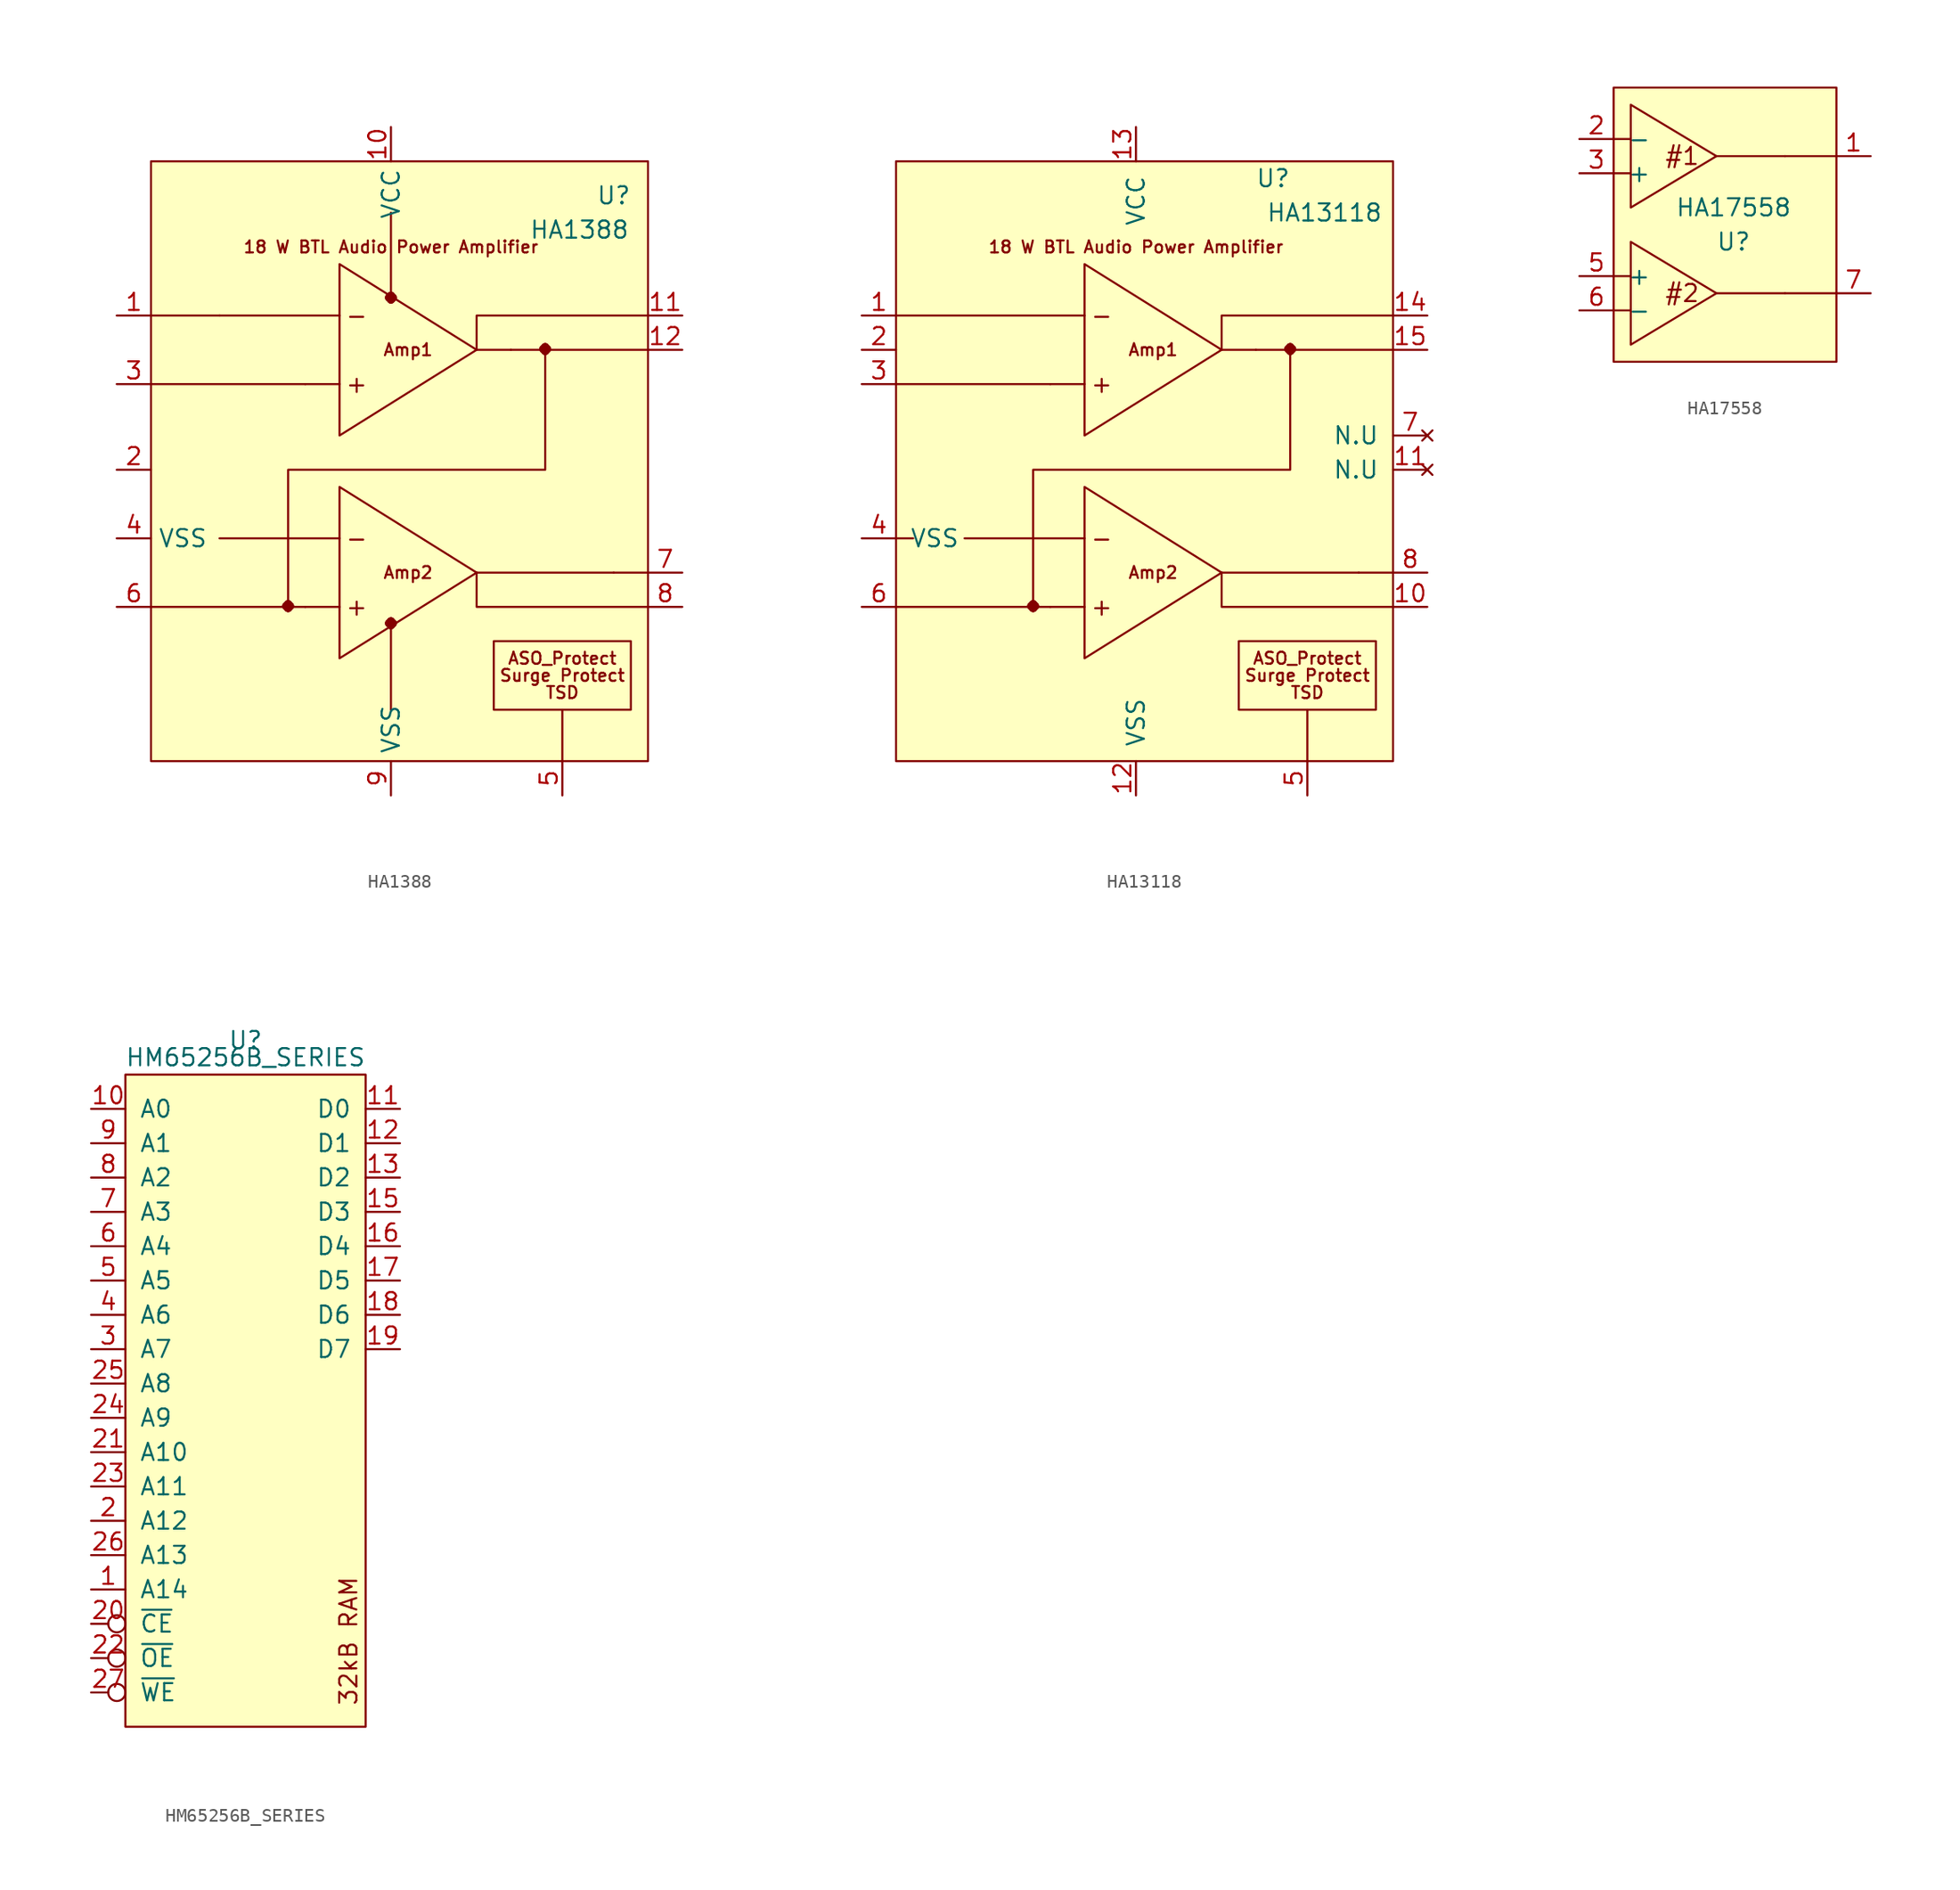
<source format=kicad_sym>
(kicad_symbol_lib
  (version 20220914)
  (generator kicad_symbol_editor)
  (symbol "HA1388"
    (property "Reference" "U"
      (at 16.51 20.32 0)
      (effects (font (size 1.27 1.27))))
    (property "Value" "HA1388"
      (at 13.97 17.78 0)
      (effects (font (size 1.27 1.27))))
    (symbol "HA1388_0_0"
      (rectangle (start -17.78 22.86) (end 19.05 -21.59) (stroke (width 0) (type default)) (fill (type background)))
      (polyline (pts (xy -3.81 -5.08) (xy -12.7 -5.08)) (stroke (width 0) (type default)) (fill (type none)))
      (polyline (pts (xy 6.35 -7.62) (xy 19.05 -7.62)) (stroke (width 0) (type default)) (fill (type none)))
      (polyline (pts (xy 8.89 8.89) (xy 19.05 8.89)) (stroke (width 0) (type default)) (fill (type none)))
      (polyline (pts (xy 6.35 -7.62) (xy 6.35 -10.16) (xy 19.05 -10.16)) (stroke (width 0) (type default)) (fill (type none)))
      (polyline (pts (xy 19.05 11.43) (xy 6.35 11.43) (xy 6.35 8.89)) (stroke (width 0) (type default)) (fill (type none)))
      (rectangle (start 7.62 -17.78) (end 17.78 -12.7) (stroke (width 0) (type default)) (fill (type none)))
      (rectangle (start 16.51 -7.62) (end 16.51 -7.62) (stroke (width 0) (type default)) (fill (type none)))
      (text "." (at -7.62 -8.89 0) (effects (font (size 2.997 2.997) bold)))
      (text "." (at 0 -10.16 0) (effects (font (size 2.997 2.997) bold)))
      (text "18 W BTL Audio Power Amplifier" (at 0 16.51 0) (effects (font (size 0.889 0.889))))
      (text "Amp1" (at 1.27 8.89 0) (effects (font (size 0.889 0.889))))
      (text "Amp2" (at 1.27 -7.62 0) (effects (font (size 0.889 0.889))))
      (text "ASO_Protect" (at 12.7 -13.97 0) (effects (font (size 0.889 0.889))))
      (text "Surge Protect" (at 12.7 -15.24 0) (effects (font (size 0.889 0.889))))
      (text "TSD" (at 12.7 -16.51 0) (effects (font (size 0.889 0.889)))))
    (symbol "HA1388_0_1"
      (polyline (pts (xy -17.78 -10.16) (xy -6.35 -10.16)) (stroke (width 0) (type default)) (fill (type none)))
      (polyline (pts (xy -17.78 6.35) (xy -6.35 6.35)) (stroke (width 0) (type default)) (fill (type none)))
      (polyline (pts (xy -12.7 11.43) (xy -17.78 11.43)) (stroke (width 0.152) (type default)) (fill (type none)))
      (polyline (pts (xy -3.81 11.43) (xy -12.7 11.43)) (stroke (width 0.152) (type default)) (fill (type none)))
      (polyline (pts (xy 0 -11.43) (xy 0 -17.78)) (stroke (width 0.152) (type default)) (fill (type none)))
      (polyline (pts (xy 0 19.05) (xy 0 12.7)) (stroke (width 0.152) (type default)) (fill (type none)))
      (polyline (pts (xy 8.89 8.89) (xy 6.35 8.89)) (stroke (width 0) (type default)) (fill (type none)))
      (polyline (pts (xy 12.7 -17.78) (xy 12.7 -21.59)) (stroke (width 0) (type default)) (fill (type none)))
      (polyline (pts (xy -7.62 -10.16) (xy -7.62 0) (xy 11.43 0) (xy 11.43 8.89)) (stroke (width 0) (type default)) (fill (type none))))
    (symbol "HA1388_1_1"
      (polyline (pts (xy -3.81 -10.16) (xy -6.35 -10.16)) (stroke (width 0) (type default)) (fill (type none)))
      (polyline (pts (xy -3.81 6.35) (xy -6.35 6.35)) (stroke (width 0) (type default)) (fill (type none)))
      (polyline (pts (xy 6.35 -7.62) (xy -3.81 -1.27) (xy -3.81 -13.97) (xy 6.35 -7.62)) (stroke (width 0) (type default)) (fill (type none)))
      (polyline (pts (xy 6.35 8.89) (xy -3.81 15.24) (xy -3.81 2.54) (xy 6.35 8.89)) (stroke (width 0) (type default)) (fill (type none)))
      (text "+" (at -2.54 -10.16 0) (effects (font (size 1.27 1.27))))
      (text "+" (at -2.54 6.35 0) (effects (font (size 1.27 1.27))))
      (text "-" (at -2.54 -5.08 0) (effects (font (size 1.27 1.27))))
      (text "-" (at -2.54 11.43 0) (effects (font (size 1.27 1.27))))
      (text "." (at 0 13.97 0) (effects (font (size 2.997 2.997) bold)))
      (text "." (at 11.43 10.16 0) (effects (font (size 2.997 2.997) bold)))
      (pin input line (at -20.32 11.43 0) (length 2.54) (name "" (effects (font (size 1.27 1.27)))) (number "1" (effects (font (size 1.27 1.27)))))
      (pin power_in line (at 0 25.4 270) (length 2.54) (name "VCC" (effects (font (size 1.27 1.27)))) (number "10" (effects (font (size 1.27 1.27)))))
      (pin output line (at 21.59 11.43 180) (length 2.54) (name "~" (effects (font (size 1.27 1.27)))) (number "11" (effects (font (size 1.27 1.27)))))
      (pin output line (at 21.59 8.89 180) (length 2.54) (name "~" (effects (font (size 1.27 1.27)))) (number "12" (effects (font (size 1.27 1.27)))))
      (pin input line (at -20.32 0 0) (length 2.54) (name "~" (effects (font (size 1.27 1.27)))) (number "2" (effects (font (size 1.27 1.27)))))
      (pin input line (at -20.32 6.35 0) (length 2.54) (name "~" (effects (font (size 1.27 1.27)))) (number "3" (effects (font (size 1.27 1.27)))))
      (pin power_in line (at -20.32 -5.08 0) (length 2.54) (name "VSS" (effects (font (size 1.27 1.27)))) (number "4" (effects (font (size 1.27 1.27)))))
      (pin input line (at 12.7 -24.13 90) (length 2.54) (name "~" (effects (font (size 1.27 1.27)))) (number "5" (effects (font (size 1.27 1.27)))))
      (pin input line (at -20.32 -10.16 0) (length 2.54) (name "~" (effects (font (size 1.27 1.27)))) (number "6" (effects (font (size 1.27 1.27)))))
      (pin output line (at 21.59 -7.62 180) (length 2.54) (name "~" (effects (font (size 1.27 1.27)))) (number "7" (effects (font (size 1.27 1.27)))))
      (pin output line (at 21.59 -10.16 180) (length 2.54) (name "~" (effects (font (size 1.27 1.27)))) (number "8" (effects (font (size 1.27 1.27)))))
      (pin power_in line (at 0 -24.13 90) (length 2.54) (name "VSS" (effects (font (size 1.27 1.27)))) (number "9" (effects (font (size 1.27 1.27)))))))
  (symbol "HA13118"
    (pin_names
      (offset 1.016))
    (property "Reference" "U"
      (at 10.16 20.32 0)
      (effects (font (size 1.27 1.27))))
    (property "Value" "HA13118"
      (at 13.97 17.78 0)
      (effects (font (size 1.27 1.27))))
    (symbol "HA13118_0_0"
      (rectangle (start -17.78 21.59) (end 19.05 -22.86) (stroke (width 0) (type default)) (fill (type background)))
      (polyline (pts (xy -16.51 -6.35) (xy -17.78 -6.35)) (stroke (width 0) (type default)) (fill (type none)))
      (polyline (pts (xy -3.81 -6.35) (xy -12.7 -6.35)) (stroke (width 0) (type default)) (fill (type none)))
      (polyline (pts (xy 6.35 -8.89) (xy 19.05 -8.89)) (stroke (width 0) (type default)) (fill (type none)))
      (polyline (pts (xy 8.89 7.62) (xy 19.05 7.62)) (stroke (width 0) (type default)) (fill (type none)))
      (polyline (pts (xy 6.35 -8.89) (xy 6.35 -11.43) (xy 19.05 -11.43)) (stroke (width 0) (type default)) (fill (type none)))
      (polyline (pts (xy 19.05 10.16) (xy 6.35 10.16) (xy 6.35 7.62)) (stroke (width 0) (type default)) (fill (type none)))
      (rectangle (start 7.62 -19.05) (end 17.78 -13.97) (stroke (width 0) (type default)) (fill (type none)))
      (rectangle (start 16.51 -8.89) (end 16.51 -8.89) (stroke (width 0) (type default)) (fill (type none)))
      (text "." (at -7.62 -10.16 0) (effects (font (size 2.997 2.997) bold)))
      (text "18 W BTL Audio Power Amplifier" (at 0 15.24 0) (effects (font (size 0.889 0.889))))
      (text "Amp1" (at 1.27 7.62 0) (effects (font (size 0.889 0.889))))
      (text "Amp2" (at 1.27 -8.89 0) (effects (font (size 0.889 0.889))))
      (text "ASO_Protect" (at 12.7 -15.24 0) (effects (font (size 0.889 0.889))))
      (text "Surge Protect" (at 12.7 -16.51 0) (effects (font (size 0.889 0.889))))
      (text "TSD" (at 12.7 -17.78 0) (effects (font (size 0.889 0.889)))))
    (symbol "HA13118_0_1"
      (polyline (pts (xy -17.78 -11.43) (xy -6.35 -11.43)) (stroke (width 0) (type default)) (fill (type none)))
      (polyline (pts (xy -17.78 5.08) (xy -6.35 5.08)) (stroke (width 0) (type default)) (fill (type none)))
      (polyline (pts (xy 8.89 7.62) (xy 6.35 7.62)) (stroke (width 0) (type default)) (fill (type none)))
      (polyline (pts (xy 12.7 -19.05) (xy 12.7 -22.86)) (stroke (width 0) (type default)) (fill (type none)))
      (polyline (pts (xy -7.62 -11.43) (xy -7.62 -1.27) (xy 11.43 -1.27) (xy 11.43 7.62)) (stroke (width 0) (type default)) (fill (type none))))
    (symbol "HA13118_1_1"
      (polyline (pts (xy -3.81 -11.43) (xy -6.35 -11.43)) (stroke (width 0) (type default)) (fill (type none)))
      (polyline (pts (xy -3.81 5.08) (xy -6.35 5.08)) (stroke (width 0) (type default)) (fill (type none)))
      (polyline (pts (xy -3.81 10.16) (xy -7.62 10.16) (xy -17.78 10.16)) (stroke (width 0) (type default)) (fill (type none)))
      (polyline (pts (xy 6.35 -8.89) (xy -3.81 -2.54) (xy -3.81 -15.24) (xy 6.35 -8.89)) (stroke (width 0) (type default)) (fill (type none)))
      (polyline (pts (xy 6.35 7.62) (xy -3.81 13.97) (xy -3.81 1.27) (xy 6.35 7.62)) (stroke (width 0) (type default)) (fill (type none)))
      (text "+" (at -2.54 -11.43 0) (effects (font (size 1.27 1.27))))
      (text "+" (at -2.54 5.08 0) (effects (font (size 1.27 1.27))))
      (text "-" (at -2.54 -6.35 0) (effects (font (size 1.27 1.27))))
      (text "-" (at -2.54 10.16 0) (effects (font (size 1.27 1.27))))
      (text "." (at 11.43 8.89 0) (effects (font (size 2.997 2.997) bold)))
      (pin input line (at -20.32 10.16 0) (length 2.54) (name "~" (effects (font (size 1.27 1.27)))) (number "1" (effects (font (size 1.27 1.27)))))
      (pin output line (at 21.59 -11.43 180) (length 2.54) (name "~" (effects (font (size 1.27 1.27)))) (number "10" (effects (font (size 1.27 1.27)))))
      (pin no_connect line (at 21.59 -1.27 180) (length 2.54) (name "N.U" (effects (font (size 1.27 1.27)))) (number "11" (effects (font (size 1.27 1.27)))))
      (pin power_in line (at 0 -25.4 90) (length 2.54) (name "VSS" (effects (font (size 1.27 1.27)))) (number "12" (effects (font (size 1.27 1.27)))))
      (pin power_in line (at 0 24.13 270) (length 2.54) (name "VCC" (effects (font (size 1.27 1.27)))) (number "13" (effects (font (size 1.27 1.27)))))
      (pin output line (at 21.59 10.16 180) (length 2.54) (name "~" (effects (font (size 1.27 1.27)))) (number "14" (effects (font (size 1.27 1.27)))))
      (pin output line (at 21.59 7.62 180) (length 2.54) (name "~" (effects (font (size 1.27 1.27)))) (number "15" (effects (font (size 1.27 1.27)))))
      (pin input line (at -20.32 7.62 0) (length 2.54) (name "~" (effects (font (size 1.27 1.27)))) (number "2" (effects (font (size 1.27 1.27)))))
      (pin input line (at -20.32 5.08 0) (length 2.54) (name "~" (effects (font (size 1.27 1.27)))) (number "3" (effects (font (size 1.27 1.27)))))
      (pin power_in line (at -20.32 -6.35 0) (length 2.54) (name "VSS" (effects (font (size 1.27 1.27)))) (number "4" (effects (font (size 1.27 1.27)))))
      (pin input line (at 12.7 -25.4 90) (length 2.54) (name "~" (effects (font (size 1.27 1.27)))) (number "5" (effects (font (size 1.27 1.27)))))
      (pin input line (at -20.32 -11.43 0) (length 2.54) (name "~" (effects (font (size 1.27 1.27)))) (number "6" (effects (font (size 1.27 1.27)))))
      (pin no_connect line (at 21.59 1.27 180) (length 2.54) (name "N.U" (effects (font (size 1.27 1.27)))) (number "7" (effects (font (size 1.27 1.27)))))
      (pin output line (at 21.59 -8.89 180) (length 2.54) (name "~" (effects (font (size 1.27 1.27)))) (number "8" (effects (font (size 1.27 1.27)))))))
  (symbol "HA17558"
    (pin_names
      (offset 1.016))
    (property "Reference" "U"
      (at 0 -1.27 0)
      (effects (font (size 1.27 1.27))))
    (property "Value" "HA17558"
      (at 0 1.27 0)
      (effects (font (size 1.27 1.27))))
    (symbol "HA17558_0_0"
      (rectangle (start -8.89 10.16) (end 7.62 -10.16) (stroke (width 0) (type default)) (fill (type background)))
      (polyline (pts (xy -8.89 -6.35) (xy -7.62 -6.35)) (stroke (width 0) (type default)) (fill (type none)))
      (polyline (pts (xy -8.89 -3.81) (xy -7.62 -3.81)) (stroke (width 0) (type default)) (fill (type none)))
      (polyline (pts (xy -8.89 3.81) (xy -7.62 3.81)) (stroke (width 0) (type default)) (fill (type none)))
      (polyline (pts (xy -8.89 6.35) (xy -7.62 6.35)) (stroke (width 0) (type default)) (fill (type none)))
      (polyline (pts (xy -1.27 -5.08) (xy 3.81 -5.08)) (stroke (width 0) (type default)) (fill (type none)))
      (polyline (pts (xy -1.27 5.08) (xy 3.81 5.08)) (stroke (width 0) (type default)) (fill (type none)))
      (text "#1" (at -3.81 5.08 0) (effects (font (size 1.27 1.27))))
      (text "#2" (at -3.81 -5.08 0) (effects (font (size 1.27 1.27)))))
    (symbol "HA17558_0_1"
      (polyline (pts (xy -8.89 -3.81) (xy -8.89 -3.81)) (stroke (width 0) (type default)) (fill (type none)))
      (polyline (pts (xy -8.89 -3.81) (xy -8.89 -3.81)) (stroke (width 0) (type default)) (fill (type none)))
      (polyline (pts (xy 7.62 -5.08) (xy 3.81 -5.08)) (stroke (width 0) (type default)) (fill (type none)))
      (polyline (pts (xy 7.62 5.08) (xy 3.81 5.08)) (stroke (width 0) (type default)) (fill (type none)))
      (polyline (pts (xy -1.27 -5.08) (xy -7.62 -1.27) (xy -7.62 -8.89) (xy -1.27 -5.08)) (stroke (width 0) (type default)) (fill (type none)))
      (polyline (pts (xy -1.27 5.08) (xy -7.62 8.89) (xy -7.62 1.27) (xy -1.27 5.08)) (stroke (width 0) (type default)) (fill (type none))))
    (symbol "HA17558_1_1"
      (pin output line (at 10.16 5.08 180) (length 2.54) (name "~" (effects (font (size 1.27 1.27)))) (number "1" (effects (font (size 1.27 1.27)))))
      (pin input line (at -11.43 6.35 0) (length 2.54) (name "-" (effects (font (size 1.27 1.27)))) (number "2" (effects (font (size 1.27 1.27)))))
      (pin input line (at -11.43 3.81 0) (length 2.54) (name "+" (effects (font (size 1.27 1.27)))) (number "3" (effects (font (size 1.27 1.27)))))
      (pin power_in line (at 0 -10.16 90) (length 2.54) hide (name "VSS" (effects (font (size 1.27 1.27)))) (number "4" (effects (font (size 1.27 1.27)))))
      (pin input line (at -11.43 -3.81 0) (length 2.54) (name "+" (effects (font (size 1.27 1.27)))) (number "5" (effects (font (size 1.27 1.27)))))
      (pin input line (at -11.43 -6.35 0) (length 2.54) (name "-" (effects (font (size 1.27 1.27)))) (number "6" (effects (font (size 1.27 1.27)))))
      (pin output line (at 10.16 -5.08 180) (length 2.54) (name "~" (effects (font (size 1.27 1.27)))) (number "7" (effects (font (size 1.27 1.27)))))
      (pin power_in line (at 0 10.16 270) (length 2.54) hide (name "VCC" (effects (font (size 1.27 1.27)))) (number "8" (effects (font (size 1.27 1.27)))))))
  (symbol "HM65256B_SERIES"
    (pin_names
      (offset 1.016))
    (property "Reference" "U"
      (at 0 26.67 0)
      (effects (font (size 1.27 1.27))))
    (property "Value" "HM65256B_SERIES"
      (at 0 25.4 0)
      (effects (font (size 1.27 1.27))))
    (symbol "HM65256B_SERIES_0_0"
      (text "32kB RAM" (at 7.62 -17.78 900) (effects (font (size 1.27 1.27)))))
    (symbol "HM65256B_SERIES_1_1"
      (rectangle (start -8.89 24.13) (end 8.89 -24.13) (stroke (width 0) (type default)) (fill (type background)))
      (pin input line (at -11.43 -13.97 0) (length 2.54) (name "A14" (effects (font (size 1.27 1.27)))) (number "1" (effects (font (size 1.27 1.27)))))
      (pin input line (at -11.43 21.59 0) (length 2.54) (name "A0" (effects (font (size 1.27 1.27)))) (number "10" (effects (font (size 1.27 1.27)))))
      (pin bidirectional line (at 11.43 21.59 180) (length 2.54) (name "D0" (effects (font (size 1.27 1.27)))) (number "11" (effects (font (size 1.27 1.27)))))
      (pin bidirectional line (at 11.43 19.05 180) (length 2.54) (name "D1" (effects (font (size 1.27 1.27)))) (number "12" (effects (font (size 1.27 1.27)))))
      (pin bidirectional line (at 11.43 16.51 180) (length 2.54) (name "D2" (effects (font (size 1.27 1.27)))) (number "13" (effects (font (size 1.27 1.27)))))
      (pin power_in line (at 0 -24.13 90) (length 2.54) hide (name "VSS" (effects (font (size 1.27 1.27)))) (number "14" (effects (font (size 1.27 1.27)))))
      (pin bidirectional line (at 11.43 13.97 180) (length 2.54) (name "D3" (effects (font (size 1.27 1.27)))) (number "15" (effects (font (size 1.27 1.27)))))
      (pin bidirectional line (at 11.43 11.43 180) (length 2.54) (name "D4" (effects (font (size 1.27 1.27)))) (number "16" (effects (font (size 1.27 1.27)))))
      (pin bidirectional line (at 11.43 8.89 180) (length 2.54) (name "D5" (effects (font (size 1.27 1.27)))) (number "17" (effects (font (size 1.27 1.27)))))
      (pin bidirectional line (at 11.43 6.35 180) (length 2.54) (name "D6" (effects (font (size 1.27 1.27)))) (number "18" (effects (font (size 1.27 1.27)))))
      (pin bidirectional line (at 11.43 3.81 180) (length 2.54) (name "D7" (effects (font (size 1.27 1.27)))) (number "19" (effects (font (size 1.27 1.27)))))
      (pin input line (at -11.43 -8.89 0) (length 2.54) (name "A12" (effects (font (size 1.27 1.27)))) (number "2" (effects (font (size 1.27 1.27)))))
      (pin input inverted (at -11.43 -16.51 0) (length 2.54) (name "~{CE}" (effects (font (size 1.27 1.27)))) (number "20" (effects (font (size 1.27 1.27)))))
      (pin input line (at -11.43 -3.81 0) (length 2.54) (name "A10" (effects (font (size 1.27 1.27)))) (number "21" (effects (font (size 1.27 1.27)))))
      (pin input inverted (at -11.43 -19.05 0) (length 2.54) (name "~{OE}" (effects (font (size 1.27 1.27)))) (number "22" (effects (font (size 1.27 1.27)))))
      (pin input line (at -11.43 -6.35 0) (length 2.54) (name "A11" (effects (font (size 1.27 1.27)))) (number "23" (effects (font (size 1.27 1.27)))))
      (pin input line (at -11.43 -1.27 0) (length 2.54) (name "A9" (effects (font (size 1.27 1.27)))) (number "24" (effects (font (size 1.27 1.27)))))
      (pin input line (at -11.43 1.27 0) (length 2.54) (name "A8" (effects (font (size 1.27 1.27)))) (number "25" (effects (font (size 1.27 1.27)))))
      (pin input line (at -11.43 -11.43 0) (length 2.54) (name "A13" (effects (font (size 1.27 1.27)))) (number "26" (effects (font (size 1.27 1.27)))))
      (pin input inverted (at -11.43 -21.59 0) (length 2.54) (name "~{WE}" (effects (font (size 1.27 1.27)))) (number "27" (effects (font (size 1.27 1.27)))))
      (pin power_in line (at 0 24.13 270) (length 2.54) hide (name "VCC" (effects (font (size 1.27 1.27)))) (number "28" (effects (font (size 1.27 1.27)))))
      (pin input line (at -11.43 3.81 0) (length 2.54) (name "A7" (effects (font (size 1.27 1.27)))) (number "3" (effects (font (size 1.27 1.27)))))
      (pin input line (at -11.43 6.35 0) (length 2.54) (name "A6" (effects (font (size 1.27 1.27)))) (number "4" (effects (font (size 1.27 1.27)))))
      (pin input line (at -11.43 8.89 0) (length 2.54) (name "A5" (effects (font (size 1.27 1.27)))) (number "5" (effects (font (size 1.27 1.27)))))
      (pin input line (at -11.43 11.43 0) (length 2.54) (name "A4" (effects (font (size 1.27 1.27)))) (number "6" (effects (font (size 1.27 1.27)))))
      (pin input line (at -11.43 13.97 0) (length 2.54) (name "A3" (effects (font (size 1.27 1.27)))) (number "7" (effects (font (size 1.27 1.27)))))
      (pin input line (at -11.43 16.51 0) (length 2.54) (name "A2" (effects (font (size 1.27 1.27)))) (number "8" (effects (font (size 1.27 1.27)))))
      (pin input line (at -11.43 19.05 0) (length 2.54) (name "A1" (effects (font (size 1.27 1.27)))) (number "9" (effects (font (size 1.27 1.27))))))))
</source>
